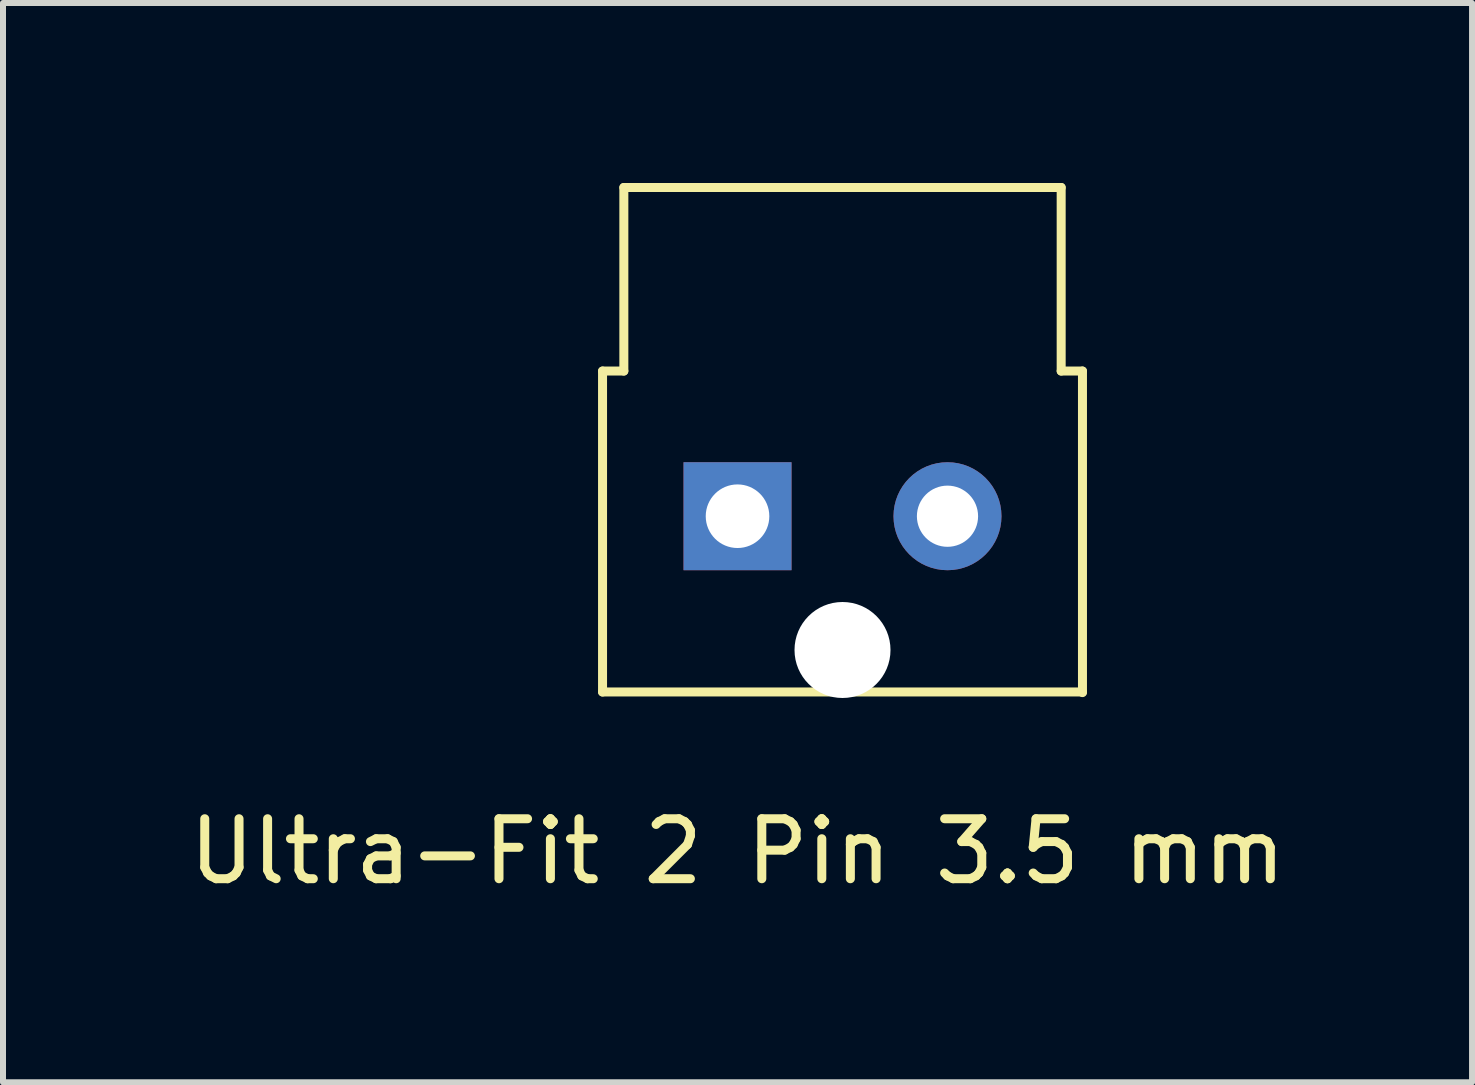
<source format=kicad_pcb>
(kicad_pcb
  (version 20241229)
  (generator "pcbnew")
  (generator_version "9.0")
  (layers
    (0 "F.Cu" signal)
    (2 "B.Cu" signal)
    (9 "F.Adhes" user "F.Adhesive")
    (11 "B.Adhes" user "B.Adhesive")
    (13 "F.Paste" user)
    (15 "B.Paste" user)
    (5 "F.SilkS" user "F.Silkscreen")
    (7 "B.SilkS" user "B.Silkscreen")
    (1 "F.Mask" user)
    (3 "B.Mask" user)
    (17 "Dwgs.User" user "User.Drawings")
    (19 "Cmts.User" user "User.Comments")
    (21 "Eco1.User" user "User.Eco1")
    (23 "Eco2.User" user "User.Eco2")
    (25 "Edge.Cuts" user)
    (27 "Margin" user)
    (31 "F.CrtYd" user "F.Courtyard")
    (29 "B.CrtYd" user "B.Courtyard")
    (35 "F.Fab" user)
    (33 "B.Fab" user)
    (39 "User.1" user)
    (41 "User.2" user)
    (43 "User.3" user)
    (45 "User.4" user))
  (footprint "Ultra-Fit 2 Pin 3.5 mm"
    (layer "F.Cu")
    (at 9.244 5.555)
    (property "Reference" "Ultra-Fit 2 Pin 3.5 mm" (at 0 5.588 0) (layer "F.SilkS") (effects (font (size 1 1) (thickness 0.15))))
    (attr through_hole)
    (fp_line (start -2.25 -2.42) (end -2.25 2.93) (stroke (width 0.15) (type solid)) (layer "F.SilkS"))
    (fp_line (start -2.25 2.93) (end 5.75 2.93) (stroke (width 0.15) (type solid)) (layer "F.SilkS"))
    (fp_line (start -1.895 -5.48) (end -1.895 -2.42) (stroke (width 0.15) (type solid)) (layer "F.SilkS"))
    (fp_line (start -1.895 -5.48) (end 5.395 -5.48) (stroke (width 0.15) (type solid)) (layer "F.SilkS"))
    (fp_line (start -1.895 -2.42) (end -2.25 -2.42) (stroke (width 0.15) (type solid)) (layer "F.SilkS"))
    (fp_line (start 5.395 -5.48) (end 5.395 -2.42) (stroke (width 0.15) (type solid)) (layer "F.SilkS"))
    (fp_line (start 5.395 -2.42) (end 5.75 -2.42) (stroke (width 0.15) (type solid)) (layer "F.SilkS"))
    (fp_line (start 5.75 -2.42) (end 5.75 2.94) (stroke (width 0.15) (type solid)) (layer "F.SilkS"))
    (pad "" np_thru_hole circle (at 1.75 2.23) (size 1.6 1.6) (drill 1.6) (layers "*.Cu" "*.Mask"))
    (pad "1" thru_hole rect (at 0 0) (size 1.8 1.8) (drill 1.06) (layers "*.Cu" "*.Mask"))
    (pad "2" thru_hole circle (at 3.5 0) (size 1.8 1.8) (drill 1.02) (layers "*.Cu" "*.Mask")))
  (gr_rect
    (start -3 -3)
    (end 21.488 14.991)
    (stroke (width 0.1) (type default))
    (fill no)
    (layer "Edge.Cuts")))
</source>
